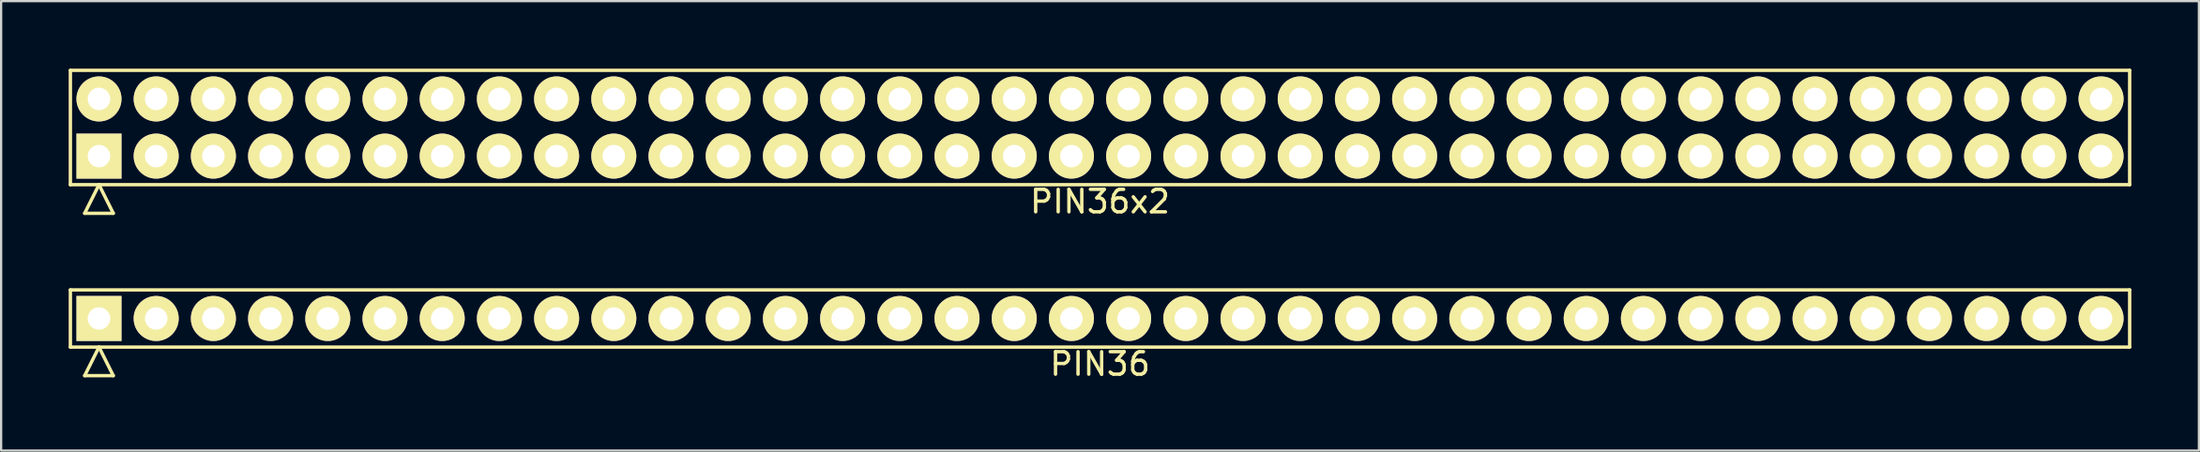
<source format=kicad_pcb>
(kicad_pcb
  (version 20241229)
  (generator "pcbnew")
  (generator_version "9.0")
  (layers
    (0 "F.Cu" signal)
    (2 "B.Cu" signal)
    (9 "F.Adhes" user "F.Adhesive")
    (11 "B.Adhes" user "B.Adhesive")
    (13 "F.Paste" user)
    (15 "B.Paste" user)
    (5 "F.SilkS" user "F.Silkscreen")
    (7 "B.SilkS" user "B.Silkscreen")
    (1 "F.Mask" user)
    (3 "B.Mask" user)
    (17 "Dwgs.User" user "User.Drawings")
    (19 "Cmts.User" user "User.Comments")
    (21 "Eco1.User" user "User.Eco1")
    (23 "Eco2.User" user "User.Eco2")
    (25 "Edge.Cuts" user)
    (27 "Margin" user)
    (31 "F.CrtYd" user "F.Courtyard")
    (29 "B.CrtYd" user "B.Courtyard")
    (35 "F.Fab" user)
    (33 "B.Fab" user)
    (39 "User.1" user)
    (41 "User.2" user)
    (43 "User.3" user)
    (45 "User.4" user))
  (footprint "PIN36"
    (layer "F.Cu")
    (at 45.795 11.098)
    (property "Reference" "PIN36" (at 0 2.02 0) (layer "F.SilkS") (effects (font (size 1 1) (thickness 0.15))))
    (attr through_hole)
    (fp_line (start -45.72 -1.27) (end -45.72 1.27) (stroke (width 0.15) (type solid)) (layer "F.SilkS"))
    (fp_line (start -45.72 1.27) (end 45.72 1.27) (stroke (width 0.15) (type solid)) (layer "F.SilkS"))
    (fp_line (start -45.085 2.54) (end -44.45 1.27) (stroke (width 0.15) (type solid)) (layer "F.SilkS"))
    (fp_line (start -45.085 2.54) (end -43.815 2.54) (stroke (width 0.15) (type solid)) (layer "F.SilkS"))
    (fp_line (start -43.815 2.54) (end -44.45 1.27) (stroke (width 0.15) (type solid)) (layer "F.SilkS"))
    (fp_line (start 45.72 -1.27) (end -45.72 -1.27) (stroke (width 0.15) (type solid)) (layer "F.SilkS"))
    (fp_line (start 45.72 1.27) (end 45.72 -1.27) (stroke (width 0.15) (type solid)) (layer "F.SilkS"))
    (pad "1" thru_hole rect (at -44.45 0) (size 2 2) (drill 1) (layers "*.Cu" "*.Mask" "F.SilkS"))
    (pad "2" thru_hole oval (at -41.91 0) (size 2 2) (drill 1) (layers "*.Cu" "*.Mask" "F.SilkS"))
    (pad "3" thru_hole oval (at -39.37 0) (size 2 2) (drill 1) (layers "*.Cu" "*.Mask" "F.SilkS"))
    (pad "4" thru_hole oval (at -36.83 0) (size 2 2) (drill 1) (layers "*.Cu" "*.Mask" "F.SilkS"))
    (pad "5" thru_hole oval (at -34.29 0) (size 2 2) (drill 1) (layers "*.Cu" "*.Mask" "F.SilkS"))
    (pad "6" thru_hole oval (at -31.75 0) (size 2 2) (drill 1) (layers "*.Cu" "*.Mask" "F.SilkS"))
    (pad "7" thru_hole oval (at -29.21 0) (size 2 2) (drill 1) (layers "*.Cu" "*.Mask" "F.SilkS"))
    (pad "8" thru_hole oval (at -26.67 0) (size 2 2) (drill 1) (layers "*.Cu" "*.Mask" "F.SilkS"))
    (pad "9" thru_hole oval (at -24.13 0) (size 2 2) (drill 1) (layers "*.Cu" "*.Mask" "F.SilkS"))
    (pad "10" thru_hole oval (at -21.59 0) (size 2 2) (drill 1) (layers "*.Cu" "*.Mask" "F.SilkS"))
    (pad "11" thru_hole oval (at -19.05 0) (size 2 2) (drill 1) (layers "*.Cu" "*.Mask" "F.SilkS"))
    (pad "12" thru_hole oval (at -16.51 0) (size 2 2) (drill 1) (layers "*.Cu" "*.Mask" "F.SilkS"))
    (pad "13" thru_hole oval (at -13.97 0) (size 2 2) (drill 1) (layers "*.Cu" "*.Mask" "F.SilkS"))
    (pad "14" thru_hole oval (at -11.43 0) (size 2 2) (drill 1) (layers "*.Cu" "*.Mask" "F.SilkS"))
    (pad "15" thru_hole oval (at -8.89 0) (size 2 2) (drill 1) (layers "*.Cu" "*.Mask" "F.SilkS"))
    (pad "16" thru_hole oval (at -6.35 0) (size 2 2) (drill 1) (layers "*.Cu" "*.Mask" "F.SilkS"))
    (pad "17" thru_hole oval (at -3.81 0) (size 2 2) (drill 1) (layers "*.Cu" "*.Mask" "F.SilkS"))
    (pad "18" thru_hole oval (at -1.27 0) (size 2 2) (drill 1) (layers "*.Cu" "*.Mask" "F.SilkS"))
    (pad "19" thru_hole oval (at 1.27 0) (size 2 2) (drill 1) (layers "*.Cu" "*.Mask" "F.SilkS"))
    (pad "20" thru_hole oval (at 3.81 0) (size 2 2) (drill 1) (layers "*.Cu" "*.Mask" "F.SilkS"))
    (pad "21" thru_hole oval (at 6.35 0) (size 2 2) (drill 1) (layers "*.Cu" "*.Mask" "F.SilkS"))
    (pad "22" thru_hole oval (at 8.89 0) (size 2 2) (drill 1) (layers "*.Cu" "*.Mask" "F.SilkS"))
    (pad "23" thru_hole oval (at 11.43 0) (size 2 2) (drill 1) (layers "*.Cu" "*.Mask" "F.SilkS"))
    (pad "24" thru_hole oval (at 13.97 0) (size 2 2) (drill 1) (layers "*.Cu" "*.Mask" "F.SilkS"))
    (pad "25" thru_hole oval (at 16.51 0) (size 2 2) (drill 1) (layers "*.Cu" "*.Mask" "F.SilkS"))
    (pad "26" thru_hole oval (at 19.05 0) (size 2 2) (drill 1) (layers "*.Cu" "*.Mask" "F.SilkS"))
    (pad "27" thru_hole oval (at 21.59 0) (size 2 2) (drill 1) (layers "*.Cu" "*.Mask" "F.SilkS"))
    (pad "28" thru_hole oval (at 24.13 0) (size 2 2) (drill 1) (layers "*.Cu" "*.Mask" "F.SilkS"))
    (pad "29" thru_hole oval (at 26.67 0) (size 2 2) (drill 1) (layers "*.Cu" "*.Mask" "F.SilkS"))
    (pad "30" thru_hole oval (at 29.21 0) (size 2 2) (drill 1) (layers "*.Cu" "*.Mask" "F.SilkS"))
    (pad "31" thru_hole oval (at 31.75 0) (size 2 2) (drill 1) (layers "*.Cu" "*.Mask" "F.SilkS"))
    (pad "32" thru_hole oval (at 34.29 0) (size 2 2) (drill 1) (layers "*.Cu" "*.Mask" "F.SilkS"))
    (pad "33" thru_hole oval (at 36.83 0) (size 2 2) (drill 1) (layers "*.Cu" "*.Mask" "F.SilkS"))
    (pad "34" thru_hole oval (at 39.37 0) (size 2 2) (drill 1) (layers "*.Cu" "*.Mask" "F.SilkS"))
    (pad "35" thru_hole oval (at 41.91 0) (size 2 2) (drill 1) (layers "*.Cu" "*.Mask" "F.SilkS"))
    (pad "36" thru_hole oval (at 44.45 0) (size 2 2) (drill 1) (layers "*.Cu" "*.Mask" "F.SilkS")))
  (footprint "PIN36x2"
    (layer "F.Cu")
    (at 45.795 2.615)
    (property "Reference" "PIN36x2" (at 0 3.29 0) (layer "F.SilkS") (effects (font (size 1 1) (thickness 0.15))))
    (attr through_hole)
    (fp_line (start -45.72 -2.54) (end -45.72 2.54) (stroke (width 0.15) (type solid)) (layer "F.SilkS"))
    (fp_line (start -45.72 2.54) (end 45.72 2.54) (stroke (width 0.15) (type solid)) (layer "F.SilkS"))
    (fp_line (start -45.085 3.81) (end -44.45 2.54) (stroke (width 0.15) (type solid)) (layer "F.SilkS"))
    (fp_line (start -45.085 3.81) (end -43.815 3.81) (stroke (width 0.15) (type solid)) (layer "F.SilkS"))
    (fp_line (start -43.815 3.81) (end -44.45 2.54) (stroke (width 0.15) (type solid)) (layer "F.SilkS"))
    (fp_line (start 45.72 -2.54) (end -45.72 -2.54) (stroke (width 0.15) (type solid)) (layer "F.SilkS"))
    (fp_line (start 45.72 2.54) (end 45.72 -2.54) (stroke (width 0.15) (type solid)) (layer "F.SilkS"))
    (pad "1" thru_hole rect (at -44.45 1.27) (size 2 2) (drill 1) (layers "*.Cu" "*.Mask" "F.SilkS"))
    (pad "2" thru_hole oval (at -44.45 -1.27) (size 2 2) (drill 1) (layers "*.Cu" "*.Mask" "F.SilkS"))
    (pad "3" thru_hole oval (at -41.91 1.27) (size 2 2) (drill 1) (layers "*.Cu" "*.Mask" "F.SilkS"))
    (pad "4" thru_hole oval (at -41.91 -1.27) (size 2 2) (drill 1) (layers "*.Cu" "*.Mask" "F.SilkS"))
    (pad "5" thru_hole oval (at -39.37 1.27) (size 2 2) (drill 1) (layers "*.Cu" "*.Mask" "F.SilkS"))
    (pad "6" thru_hole oval (at -39.37 -1.27) (size 2 2) (drill 1) (layers "*.Cu" "*.Mask" "F.SilkS"))
    (pad "7" thru_hole oval (at -36.83 1.27) (size 2 2) (drill 1) (layers "*.Cu" "*.Mask" "F.SilkS"))
    (pad "8" thru_hole oval (at -36.83 -1.27) (size 2 2) (drill 1) (layers "*.Cu" "*.Mask" "F.SilkS"))
    (pad "9" thru_hole oval (at -34.29 1.27) (size 2 2) (drill 1) (layers "*.Cu" "*.Mask" "F.SilkS"))
    (pad "10" thru_hole oval (at -34.29 -1.27) (size 2 2) (drill 1) (layers "*.Cu" "*.Mask" "F.SilkS"))
    (pad "11" thru_hole oval (at -31.75 1.27) (size 2 2) (drill 1) (layers "*.Cu" "*.Mask" "F.SilkS"))
    (pad "12" thru_hole oval (at -31.75 -1.27) (size 2 2) (drill 1) (layers "*.Cu" "*.Mask" "F.SilkS"))
    (pad "13" thru_hole oval (at -29.21 1.27) (size 2 2) (drill 1) (layers "*.Cu" "*.Mask" "F.SilkS"))
    (pad "14" thru_hole oval (at -29.21 -1.27) (size 2 2) (drill 1) (layers "*.Cu" "*.Mask" "F.SilkS"))
    (pad "15" thru_hole oval (at -26.67 1.27) (size 2 2) (drill 1) (layers "*.Cu" "*.Mask" "F.SilkS"))
    (pad "16" thru_hole oval (at -26.67 -1.27) (size 2 2) (drill 1) (layers "*.Cu" "*.Mask" "F.SilkS"))
    (pad "17" thru_hole oval (at -24.13 1.27) (size 2 2) (drill 1) (layers "*.Cu" "*.Mask" "F.SilkS"))
    (pad "18" thru_hole oval (at -24.13 -1.27) (size 2 2) (drill 1) (layers "*.Cu" "*.Mask" "F.SilkS"))
    (pad "19" thru_hole oval (at -21.59 1.27) (size 2 2) (drill 1) (layers "*.Cu" "*.Mask" "F.SilkS"))
    (pad "20" thru_hole oval (at -21.59 -1.27) (size 2 2) (drill 1) (layers "*.Cu" "*.Mask" "F.SilkS"))
    (pad "21" thru_hole oval (at -19.05 1.27) (size 2 2) (drill 1) (layers "*.Cu" "*.Mask" "F.SilkS"))
    (pad "22" thru_hole oval (at -19.05 -1.27) (size 2 2) (drill 1) (layers "*.Cu" "*.Mask" "F.SilkS"))
    (pad "23" thru_hole oval (at -16.51 1.27) (size 2 2) (drill 1) (layers "*.Cu" "*.Mask" "F.SilkS"))
    (pad "24" thru_hole oval (at -16.51 -1.27) (size 2 2) (drill 1) (layers "*.Cu" "*.Mask" "F.SilkS"))
    (pad "25" thru_hole oval (at -13.97 1.27) (size 2 2) (drill 1) (layers "*.Cu" "*.Mask" "F.SilkS"))
    (pad "26" thru_hole oval (at -13.97 -1.27) (size 2 2) (drill 1) (layers "*.Cu" "*.Mask" "F.SilkS"))
    (pad "27" thru_hole oval (at -11.43 1.27) (size 2 2) (drill 1) (layers "*.Cu" "*.Mask" "F.SilkS"))
    (pad "28" thru_hole oval (at -11.43 -1.27) (size 2 2) (drill 1) (layers "*.Cu" "*.Mask" "F.SilkS"))
    (pad "29" thru_hole oval (at -8.89 1.27) (size 2 2) (drill 1) (layers "*.Cu" "*.Mask" "F.SilkS"))
    (pad "30" thru_hole oval (at -8.89 -1.27) (size 2 2) (drill 1) (layers "*.Cu" "*.Mask" "F.SilkS"))
    (pad "31" thru_hole oval (at -6.35 1.27) (size 2 2) (drill 1) (layers "*.Cu" "*.Mask" "F.SilkS"))
    (pad "32" thru_hole oval (at -6.35 -1.27) (size 2 2) (drill 1) (layers "*.Cu" "*.Mask" "F.SilkS"))
    (pad "33" thru_hole oval (at -3.81 1.27) (size 2 2) (drill 1) (layers "*.Cu" "*.Mask" "F.SilkS"))
    (pad "34" thru_hole oval (at -3.81 -1.27) (size 2 2) (drill 1) (layers "*.Cu" "*.Mask" "F.SilkS"))
    (pad "35" thru_hole oval (at -1.27 1.27) (size 2 2) (drill 1) (layers "*.Cu" "*.Mask" "F.SilkS"))
    (pad "36" thru_hole oval (at -1.27 -1.27) (size 2 2) (drill 1) (layers "*.Cu" "*.Mask" "F.SilkS"))
    (pad "37" thru_hole oval (at 1.27 1.27) (size 2 2) (drill 1) (layers "*.Cu" "*.Mask" "F.SilkS"))
    (pad "38" thru_hole oval (at 1.27 -1.27) (size 2 2) (drill 1) (layers "*.Cu" "*.Mask" "F.SilkS"))
    (pad "39" thru_hole oval (at 3.81 1.27) (size 2 2) (drill 1) (layers "*.Cu" "*.Mask" "F.SilkS"))
    (pad "40" thru_hole oval (at 3.81 -1.27) (size 2 2) (drill 1) (layers "*.Cu" "*.Mask" "F.SilkS"))
    (pad "41" thru_hole oval (at 6.35 1.27) (size 2 2) (drill 1) (layers "*.Cu" "*.Mask" "F.SilkS"))
    (pad "42" thru_hole oval (at 6.35 -1.27) (size 2 2) (drill 1) (layers "*.Cu" "*.Mask" "F.SilkS"))
    (pad "43" thru_hole oval (at 8.89 1.27) (size 2 2) (drill 1) (layers "*.Cu" "*.Mask" "F.SilkS"))
    (pad "44" thru_hole oval (at 8.89 -1.27) (size 2 2) (drill 1) (layers "*.Cu" "*.Mask" "F.SilkS"))
    (pad "45" thru_hole oval (at 11.43 1.27) (size 2 2) (drill 1) (layers "*.Cu" "*.Mask" "F.SilkS"))
    (pad "46" thru_hole oval (at 11.43 -1.27) (size 2 2) (drill 1) (layers "*.Cu" "*.Mask" "F.SilkS"))
    (pad "47" thru_hole oval (at 13.97 1.27) (size 2 2) (drill 1) (layers "*.Cu" "*.Mask" "F.SilkS"))
    (pad "48" thru_hole oval (at 13.97 -1.27) (size 2 2) (drill 1) (layers "*.Cu" "*.Mask" "F.SilkS"))
    (pad "49" thru_hole oval (at 16.51 1.27) (size 2 2) (drill 1) (layers "*.Cu" "*.Mask" "F.SilkS"))
    (pad "50" thru_hole oval (at 16.51 -1.27) (size 2 2) (drill 1) (layers "*.Cu" "*.Mask" "F.SilkS"))
    (pad "51" thru_hole oval (at 19.05 1.27) (size 2 2) (drill 1) (layers "*.Cu" "*.Mask" "F.SilkS"))
    (pad "52" thru_hole oval (at 19.05 -1.27) (size 2 2) (drill 1) (layers "*.Cu" "*.Mask" "F.SilkS"))
    (pad "53" thru_hole oval (at 21.59 1.27) (size 2 2) (drill 1) (layers "*.Cu" "*.Mask" "F.SilkS"))
    (pad "54" thru_hole oval (at 21.59 -1.27) (size 2 2) (drill 1) (layers "*.Cu" "*.Mask" "F.SilkS"))
    (pad "55" thru_hole oval (at 24.13 1.27) (size 2 2) (drill 1) (layers "*.Cu" "*.Mask" "F.SilkS"))
    (pad "56" thru_hole oval (at 24.13 -1.27) (size 2 2) (drill 1) (layers "*.Cu" "*.Mask" "F.SilkS"))
    (pad "57" thru_hole oval (at 26.67 1.27) (size 2 2) (drill 1) (layers "*.Cu" "*.Mask" "F.SilkS"))
    (pad "58" thru_hole oval (at 26.67 -1.27) (size 2 2) (drill 1) (layers "*.Cu" "*.Mask" "F.SilkS"))
    (pad "59" thru_hole oval (at 29.21 1.27) (size 2 2) (drill 1) (layers "*.Cu" "*.Mask" "F.SilkS"))
    (pad "60" thru_hole oval (at 29.21 -1.27) (size 2 2) (drill 1) (layers "*.Cu" "*.Mask" "F.SilkS"))
    (pad "61" thru_hole oval (at 31.75 1.27) (size 2 2) (drill 1) (layers "*.Cu" "*.Mask" "F.SilkS"))
    (pad "62" thru_hole oval (at 31.75 -1.27) (size 2 2) (drill 1) (layers "*.Cu" "*.Mask" "F.SilkS"))
    (pad "63" thru_hole oval (at 34.29 1.27) (size 2 2) (drill 1) (layers "*.Cu" "*.Mask" "F.SilkS"))
    (pad "64" thru_hole oval (at 34.29 -1.27) (size 2 2) (drill 1) (layers "*.Cu" "*.Mask" "F.SilkS"))
    (pad "65" thru_hole oval (at 36.83 1.27) (size 2 2) (drill 1) (layers "*.Cu" "*.Mask" "F.SilkS"))
    (pad "66" thru_hole oval (at 36.83 -1.27) (size 2 2) (drill 1) (layers "*.Cu" "*.Mask" "F.SilkS"))
    (pad "67" thru_hole oval (at 39.37 1.27) (size 2 2) (drill 1) (layers "*.Cu" "*.Mask" "F.SilkS"))
    (pad "68" thru_hole oval (at 39.37 -1.27) (size 2 2) (drill 1) (layers "*.Cu" "*.Mask" "F.SilkS"))
    (pad "69" thru_hole oval (at 41.91 1.27) (size 2 2) (drill 1) (layers "*.Cu" "*.Mask" "F.SilkS"))
    (pad "70" thru_hole oval (at 41.91 -1.27) (size 2 2) (drill 1) (layers "*.Cu" "*.Mask" "F.SilkS"))
    (pad "71" thru_hole oval (at 44.45 1.27) (size 2 2) (drill 1) (layers "*.Cu" "*.Mask" "F.SilkS"))
    (pad "72" thru_hole oval (at 44.45 -1.27) (size 2 2) (drill 1) (layers "*.Cu" "*.Mask" "F.SilkS")))
  (gr_rect
    (start -3 -3)
    (end 94.59 16.966)
    (stroke (width 0.1) (type default))
    (fill no)
    (layer "Edge.Cuts")))
</source>
